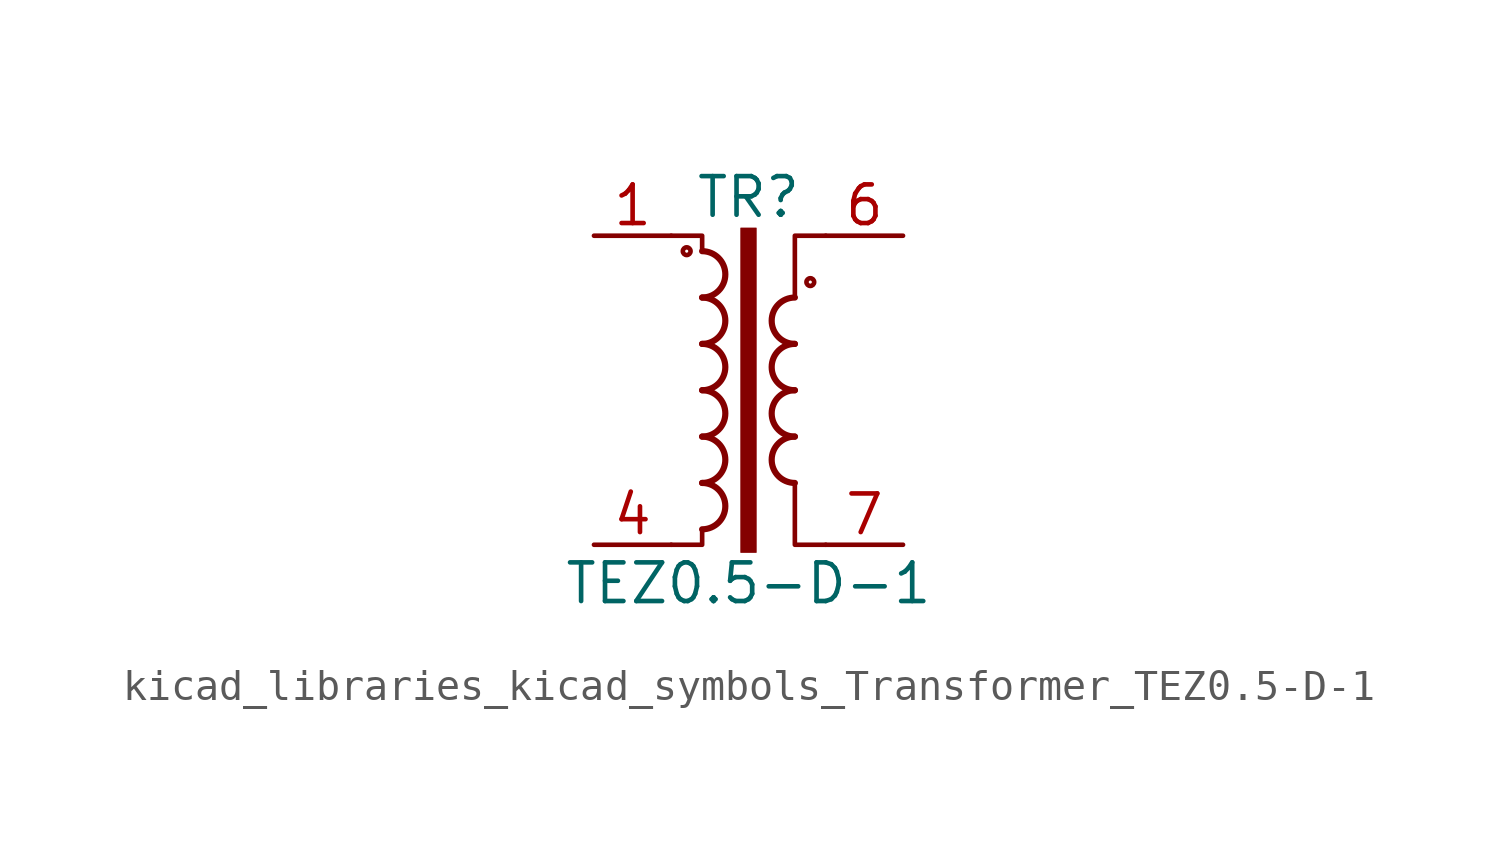
<source format=kicad_sym>
(kicad_symbol_lib
  (version 20220914)
  (generator kicad_symbol_editor)
  (symbol "kicad_libraries_kicad_symbols_Transformer_TEZ0.5-D-1"
    (pin_names
      (offset 0.025))
    (property "Reference" "TR"
      (at 0 6.35 0)
      (effects (font (size 1.27 1.27))))
    (property "Value" "TEZ0.5-D-1"
      (at 0 -6.35 0)
      (effects (font (size 1.27 1.27))))
    (symbol "kicad_libraries_kicad_symbols_Transformer_TEZ0.5-D-1_0_1"
      (circle (center -2.032 4.572) (radius 0.127) (stroke (width 0) (type default)) (fill (type none)))
      (arc (start -1.524 -4.572) (mid -0.7653 -3.81) (end -1.524 -3.048) (stroke (width 0.2032) (type default)) (fill (type none)))
      (arc (start -1.524 -3.048) (mid -0.7653 -2.286) (end -1.524 -1.524) (stroke (width 0.2032) (type default)) (fill (type none)))
      (arc (start -1.524 -1.524) (mid -0.7653 -0.762) (end -1.524 0) (stroke (width 0.2032) (type default)) (fill (type none)))
      (arc (start -1.524 0) (mid -0.7653 0.762) (end -1.524 1.524) (stroke (width 0.2032) (type default)) (fill (type none)))
      (arc (start -1.524 1.524) (mid -0.7653 2.286) (end -1.524 3.048) (stroke (width 0.2032) (type default)) (fill (type none)))
      (arc (start -1.524 3.048) (mid -0.7653 3.81) (end -1.524 4.572) (stroke (width 0.2032) (type default)) (fill (type none)))
      (rectangle (start -0.254 5.334) (end 0.254 -5.334) (stroke (width 0.025) (type default)) (fill (type outline)))
      (polyline (pts (xy -1.524 -4.572) (xy -1.524 -5.08) (xy -2.54 -5.08)) (stroke (width 0) (type default)) (fill (type none)))
      (polyline (pts (xy -1.524 4.572) (xy -1.524 5.08) (xy -2.54 5.08)) (stroke (width 0) (type default)) (fill (type none)))
      (polyline (pts (xy 1.524 3.048) (xy 1.524 5.08) (xy 2.54 5.08) (xy 2.54 5.08)) (stroke (width 0.152) (type default)) (fill (type none)))
      (polyline (pts (xy 2.54 -5.08) (xy 1.524 -5.08) (xy 1.524 -3.048) (xy 1.524 -3.048)) (stroke (width 0.152) (type default)) (fill (type none)))
      (arc (start 1.524 -1.524) (mid 0.7653 -2.286) (end 1.524 -3.048) (stroke (width 0.2032) (type default)) (fill (type none)))
      (arc (start 1.524 0) (mid 0.7653 -0.762) (end 1.524 -1.524) (stroke (width 0.2032) (type default)) (fill (type none)))
      (arc (start 1.524 1.524) (mid 0.7653 0.762) (end 1.524 0) (stroke (width 0.2032) (type default)) (fill (type none)))
      (arc (start 1.524 3.048) (mid 0.7653 2.286) (end 1.524 1.524) (stroke (width 0.2032) (type default)) (fill (type none)))
      (circle (center 2.032 3.556) (radius 0.127) (stroke (width 0) (type default)) (fill (type none))))
    (symbol "kicad_libraries_kicad_symbols_Transformer_TEZ0.5-D-1_1_1"
      (pin passive line (at -5.08 5.08 0) (length 2.54) (name "~" (effects (font (size 1.27 1.27)))) (number "1" (effects (font (size 1.27 1.27)))))
      (pin passive line (at -5.08 -5.08 0) (length 2.54) (name "~" (effects (font (size 1.27 1.27)))) (number "4" (effects (font (size 1.27 1.27)))))
      (pin passive line (at 5.08 5.08 180) (length 2.54) (name "~" (effects (font (size 1.27 1.27)))) (number "6" (effects (font (size 1.27 1.27)))))
      (pin passive line (at 5.08 -5.08 180) (length 2.54) (name "~" (effects (font (size 1.27 1.27)))) (number "7" (effects (font (size 1.27 1.27))))))))
</source>
